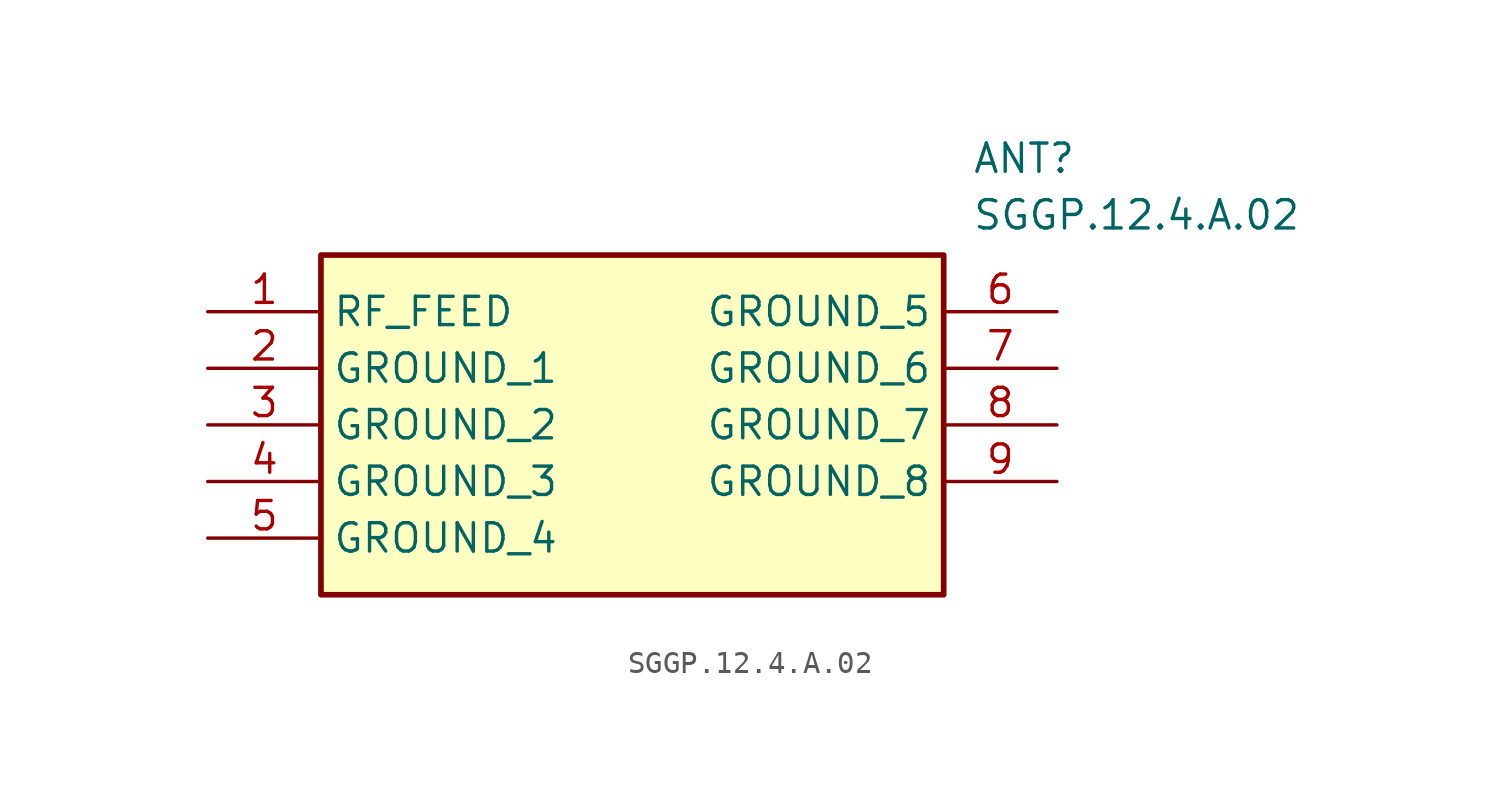
<source format=kicad_sym>
(kicad_symbol_lib
  (version 20231120)
  (generator "kicad_symbol_editor")
  (generator_version "8.0")
  (symbol "SGGP.12.4.A.02"
    (property "Reference" "ANT"
      (at 34.29 7.62 0)
      (effects (font (size 1.27 1.27)) (justify left top)))
    (property "Value" "SGGP.12.4.A.02"
      (at 34.29 5.08 0)
      (effects (font (size 1.27 1.27)) (justify left top)))
    (symbol "SGGP.12.4.A.02_1_1"
      (rectangle (start 5.08 2.54) (end 33.02 -12.7) (stroke (width 0.254) (type default)) (fill (type background)))
      (pin passive line (at 0 0 0) (length 5.08) (name "RF_FEED" (effects (font (size 1.27 1.27)))) (number "1" (effects (font (size 1.27 1.27)))))
      (pin passive line (at 0 -2.54 0) (length 5.08) (name "GROUND_1" (effects (font (size 1.27 1.27)))) (number "2" (effects (font (size 1.27 1.27)))))
      (pin passive line (at 0 -5.08 0) (length 5.08) (name "GROUND_2" (effects (font (size 1.27 1.27)))) (number "3" (effects (font (size 1.27 1.27)))))
      (pin passive line (at 0 -7.62 0) (length 5.08) (name "GROUND_3" (effects (font (size 1.27 1.27)))) (number "4" (effects (font (size 1.27 1.27)))))
      (pin passive line (at 0 -10.16 0) (length 5.08) (name "GROUND_4" (effects (font (size 1.27 1.27)))) (number "5" (effects (font (size 1.27 1.27)))))
      (pin passive line (at 38.1 0 180) (length 5.08) (name "GROUND_5" (effects (font (size 1.27 1.27)))) (number "6" (effects (font (size 1.27 1.27)))))
      (pin passive line (at 38.1 -2.54 180) (length 5.08) (name "GROUND_6" (effects (font (size 1.27 1.27)))) (number "7" (effects (font (size 1.27 1.27)))))
      (pin passive line (at 38.1 -5.08 180) (length 5.08) (name "GROUND_7" (effects (font (size 1.27 1.27)))) (number "8" (effects (font (size 1.27 1.27)))))
      (pin passive line (at 38.1 -7.62 180) (length 5.08) (name "GROUND_8" (effects (font (size 1.27 1.27)))) (number "9" (effects (font (size 1.27 1.27))))))))
</source>
